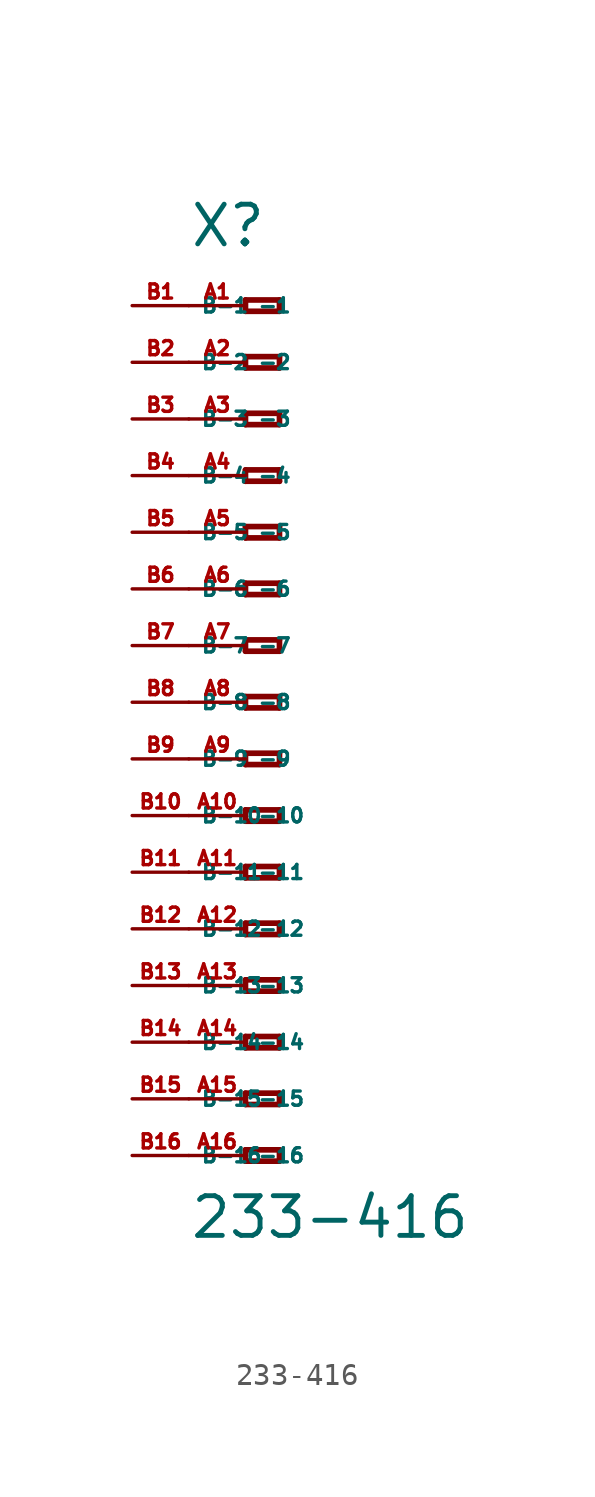
<source format=kicad_sym>
(kicad_symbol_lib
  (version 20220914)
  (generator Eagle2Kicad)
  (symbol "233-416"
    (property "Reference" "X"
      (at -5.08 20.32 0)
      (effects (font (size 1.778 1.778) (thickness 0.22)) (justify left bottom)))
    (property "Value" "233-416"
      (at -5.08 -24.13 0)
      (effects (font (size 1.778 1.778) (thickness 0.22)) (justify left bottom)))
    (polyline
      (pts (xy -2.54 18.034) (xy -2.54 17.526))
      (stroke (width 0.254) (type default))
      (fill (type none)))
    (polyline
      (pts (xy -2.54 17.526) (xy -1.016 17.526))
      (stroke (width 0.254) (type default))
      (fill (type none)))
    (polyline
      (pts (xy -1.016 17.526) (xy -1.016 18.034))
      (stroke (width 0.254) (type default))
      (fill (type none)))
    (polyline
      (pts (xy -1.016 18.034) (xy -2.54 18.034))
      (stroke (width 0.254) (type default))
      (fill (type none)))
    (polyline
      (pts (xy -2.54 15.494) (xy -2.54 14.986))
      (stroke (width 0.254) (type default))
      (fill (type none)))
    (polyline
      (pts (xy -2.54 14.986) (xy -1.016 14.986))
      (stroke (width 0.254) (type default))
      (fill (type none)))
    (polyline
      (pts (xy -1.016 14.986) (xy -1.016 15.494))
      (stroke (width 0.254) (type default))
      (fill (type none)))
    (polyline
      (pts (xy -1.016 15.494) (xy -2.54 15.494))
      (stroke (width 0.254) (type default))
      (fill (type none)))
    (polyline
      (pts (xy -2.54 12.954) (xy -2.54 12.446))
      (stroke (width 0.254) (type default))
      (fill (type none)))
    (polyline
      (pts (xy -2.54 12.446) (xy -1.016 12.446))
      (stroke (width 0.254) (type default))
      (fill (type none)))
    (polyline
      (pts (xy -1.016 12.446) (xy -1.016 12.954))
      (stroke (width 0.254) (type default))
      (fill (type none)))
    (polyline
      (pts (xy -1.016 12.954) (xy -2.54 12.954))
      (stroke (width 0.254) (type default))
      (fill (type none)))
    (polyline
      (pts (xy -2.54 10.414) (xy -2.54 9.906))
      (stroke (width 0.254) (type default))
      (fill (type none)))
    (polyline
      (pts (xy -2.54 9.906) (xy -1.016 9.906))
      (stroke (width 0.254) (type default))
      (fill (type none)))
    (polyline
      (pts (xy -1.016 9.906) (xy -1.016 10.414))
      (stroke (width 0.254) (type default))
      (fill (type none)))
    (polyline
      (pts (xy -1.016 10.414) (xy -2.54 10.414))
      (stroke (width 0.254) (type default))
      (fill (type none)))
    (polyline
      (pts (xy -2.54 7.874) (xy -2.54 7.366))
      (stroke (width 0.254) (type default))
      (fill (type none)))
    (polyline
      (pts (xy -2.54 7.366) (xy -1.016 7.366))
      (stroke (width 0.254) (type default))
      (fill (type none)))
    (polyline
      (pts (xy -1.016 7.366) (xy -1.016 7.874))
      (stroke (width 0.254) (type default))
      (fill (type none)))
    (polyline
      (pts (xy -1.016 7.874) (xy -2.54 7.874))
      (stroke (width 0.254) (type default))
      (fill (type none)))
    (polyline
      (pts (xy -2.54 5.334) (xy -2.54 4.826))
      (stroke (width 0.254) (type default))
      (fill (type none)))
    (polyline
      (pts (xy -2.54 4.826) (xy -1.016 4.826))
      (stroke (width 0.254) (type default))
      (fill (type none)))
    (polyline
      (pts (xy -1.016 4.826) (xy -1.016 5.334))
      (stroke (width 0.254) (type default))
      (fill (type none)))
    (polyline
      (pts (xy -1.016 5.334) (xy -2.54 5.334))
      (stroke (width 0.254) (type default))
      (fill (type none)))
    (polyline
      (pts (xy -2.54 2.794) (xy -2.54 2.286))
      (stroke (width 0.254) (type default))
      (fill (type none)))
    (polyline
      (pts (xy -2.54 2.286) (xy -1.016 2.286))
      (stroke (width 0.254) (type default))
      (fill (type none)))
    (polyline
      (pts (xy -1.016 2.286) (xy -1.016 2.794))
      (stroke (width 0.254) (type default))
      (fill (type none)))
    (polyline
      (pts (xy -1.016 2.794) (xy -2.54 2.794))
      (stroke (width 0.254) (type default))
      (fill (type none)))
    (polyline
      (pts (xy -2.54 0.254) (xy -2.54 -0.254))
      (stroke (width 0.254) (type default))
      (fill (type none)))
    (polyline
      (pts (xy -2.54 -0.254) (xy -1.016 -0.254))
      (stroke (width 0.254) (type default))
      (fill (type none)))
    (polyline
      (pts (xy -1.016 -0.254) (xy -1.016 0.254))
      (stroke (width 0.254) (type default))
      (fill (type none)))
    (polyline
      (pts (xy -1.016 0.254) (xy -2.54 0.254))
      (stroke (width 0.254) (type default))
      (fill (type none)))
    (polyline
      (pts (xy -2.54 -2.286) (xy -2.54 -2.794))
      (stroke (width 0.254) (type default))
      (fill (type none)))
    (polyline
      (pts (xy -2.54 -2.794) (xy -1.016 -2.794))
      (stroke (width 0.254) (type default))
      (fill (type none)))
    (polyline
      (pts (xy -1.016 -2.794) (xy -1.016 -2.286))
      (stroke (width 0.254) (type default))
      (fill (type none)))
    (polyline
      (pts (xy -1.016 -2.286) (xy -2.54 -2.286))
      (stroke (width 0.254) (type default))
      (fill (type none)))
    (polyline
      (pts (xy -2.54 -4.826) (xy -2.54 -5.334))
      (stroke (width 0.254) (type default))
      (fill (type none)))
    (polyline
      (pts (xy -2.54 -5.334) (xy -1.016 -5.334))
      (stroke (width 0.254) (type default))
      (fill (type none)))
    (polyline
      (pts (xy -1.016 -5.334) (xy -1.016 -4.826))
      (stroke (width 0.254) (type default))
      (fill (type none)))
    (polyline
      (pts (xy -1.016 -4.826) (xy -2.54 -4.826))
      (stroke (width 0.254) (type default))
      (fill (type none)))
    (polyline
      (pts (xy -2.54 -7.366) (xy -2.54 -7.874))
      (stroke (width 0.254) (type default))
      (fill (type none)))
    (polyline
      (pts (xy -2.54 -7.874) (xy -1.016 -7.874))
      (stroke (width 0.254) (type default))
      (fill (type none)))
    (polyline
      (pts (xy -1.016 -7.874) (xy -1.016 -7.366))
      (stroke (width 0.254) (type default))
      (fill (type none)))
    (polyline
      (pts (xy -1.016 -7.366) (xy -2.54 -7.366))
      (stroke (width 0.254) (type default))
      (fill (type none)))
    (polyline
      (pts (xy -2.54 -9.906) (xy -2.54 -10.414))
      (stroke (width 0.254) (type default))
      (fill (type none)))
    (polyline
      (pts (xy -2.54 -10.414) (xy -1.016 -10.414))
      (stroke (width 0.254) (type default))
      (fill (type none)))
    (polyline
      (pts (xy -1.016 -10.414) (xy -1.016 -9.906))
      (stroke (width 0.254) (type default))
      (fill (type none)))
    (polyline
      (pts (xy -1.016 -9.906) (xy -2.54 -9.906))
      (stroke (width 0.254) (type default))
      (fill (type none)))
    (polyline
      (pts (xy -2.54 -12.446) (xy -2.54 -12.954))
      (stroke (width 0.254) (type default))
      (fill (type none)))
    (polyline
      (pts (xy -2.54 -12.954) (xy -1.016 -12.954))
      (stroke (width 0.254) (type default))
      (fill (type none)))
    (polyline
      (pts (xy -1.016 -12.954) (xy -1.016 -12.446))
      (stroke (width 0.254) (type default))
      (fill (type none)))
    (polyline
      (pts (xy -1.016 -12.446) (xy -2.54 -12.446))
      (stroke (width 0.254) (type default))
      (fill (type none)))
    (polyline
      (pts (xy -2.54 -14.986) (xy -2.54 -15.494))
      (stroke (width 0.254) (type default))
      (fill (type none)))
    (polyline
      (pts (xy -2.54 -15.494) (xy -1.016 -15.494))
      (stroke (width 0.254) (type default))
      (fill (type none)))
    (polyline
      (pts (xy -1.016 -15.494) (xy -1.016 -14.986))
      (stroke (width 0.254) (type default))
      (fill (type none)))
    (polyline
      (pts (xy -1.016 -14.986) (xy -2.54 -14.986))
      (stroke (width 0.254) (type default))
      (fill (type none)))
    (polyline
      (pts (xy -2.54 -17.526) (xy -2.54 -18.034))
      (stroke (width 0.254) (type default))
      (fill (type none)))
    (polyline
      (pts (xy -2.54 -18.034) (xy -1.016 -18.034))
      (stroke (width 0.254) (type default))
      (fill (type none)))
    (polyline
      (pts (xy -1.016 -18.034) (xy -1.016 -17.526))
      (stroke (width 0.254) (type default))
      (fill (type none)))
    (polyline
      (pts (xy -1.016 -17.526) (xy -2.54 -17.526))
      (stroke (width 0.254) (type default))
      (fill (type none)))
    (polyline
      (pts (xy -2.54 -20.066) (xy -2.54 -20.574))
      (stroke (width 0.254) (type default))
      (fill (type none)))
    (polyline
      (pts (xy -2.54 -20.574) (xy -1.016 -20.574))
      (stroke (width 0.254) (type default))
      (fill (type none)))
    (polyline
      (pts (xy -1.016 -20.574) (xy -1.016 -20.066))
      (stroke (width 0.254) (type default))
      (fill (type none)))
    (polyline
      (pts (xy -1.016 -20.066) (xy -2.54 -20.066))
      (stroke (width 0.254) (type default))
      (fill (type none)))
    (pin passive line
      (at -5.08 17.78 0)
      (length 2.54)
      (name "-1" (effects (font (size 0.635 0.635) (thickness 0.08)) (justify left bottom)))
      (number "A1" (effects (font (size 0.635 0.635) (thickness 0.08)) (justify left bottom))))
    (pin passive line
      (at -5.08 15.24 0)
      (length 2.54)
      (name "-2" (effects (font (size 0.635 0.635) (thickness 0.08)) (justify left bottom)))
      (number "A2" (effects (font (size 0.635 0.635) (thickness 0.08)) (justify left bottom))))
    (pin passive line
      (at -5.08 12.7 0)
      (length 2.54)
      (name "-3" (effects (font (size 0.635 0.635) (thickness 0.08)) (justify left bottom)))
      (number "A3" (effects (font (size 0.635 0.635) (thickness 0.08)) (justify left bottom))))
    (pin passive line
      (at -5.08 10.16 0)
      (length 2.54)
      (name "-4" (effects (font (size 0.635 0.635) (thickness 0.08)) (justify left bottom)))
      (number "A4" (effects (font (size 0.635 0.635) (thickness 0.08)) (justify left bottom))))
    (pin passive line
      (at -5.08 7.62 0)
      (length 2.54)
      (name "-5" (effects (font (size 0.635 0.635) (thickness 0.08)) (justify left bottom)))
      (number "A5" (effects (font (size 0.635 0.635) (thickness 0.08)) (justify left bottom))))
    (pin passive line
      (at -5.08 5.08 0)
      (length 2.54)
      (name "-6" (effects (font (size 0.635 0.635) (thickness 0.08)) (justify left bottom)))
      (number "A6" (effects (font (size 0.635 0.635) (thickness 0.08)) (justify left bottom))))
    (pin passive line
      (at -5.08 2.54 0)
      (length 2.54)
      (name "-7" (effects (font (size 0.635 0.635) (thickness 0.08)) (justify left bottom)))
      (number "A7" (effects (font (size 0.635 0.635) (thickness 0.08)) (justify left bottom))))
    (pin passive line
      (at -5.08 0 0)
      (length 2.54)
      (name "-8" (effects (font (size 0.635 0.635) (thickness 0.08)) (justify left bottom)))
      (number "A8" (effects (font (size 0.635 0.635) (thickness 0.08)) (justify left bottom))))
    (pin passive line
      (at -5.08 -2.54 0)
      (length 2.54)
      (name "-9" (effects (font (size 0.635 0.635) (thickness 0.08)) (justify left bottom)))
      (number "A9" (effects (font (size 0.635 0.635) (thickness 0.08)) (justify left bottom))))
    (pin passive line
      (at -5.08 -5.08 0)
      (length 2.54)
      (name "-10" (effects (font (size 0.635 0.635) (thickness 0.08)) (justify left bottom)))
      (number "A10" (effects (font (size 0.635 0.635) (thickness 0.08)) (justify left bottom))))
    (pin passive line
      (at -5.08 -7.62 0)
      (length 2.54)
      (name "-11" (effects (font (size 0.635 0.635) (thickness 0.08)) (justify left bottom)))
      (number "A11" (effects (font (size 0.635 0.635) (thickness 0.08)) (justify left bottom))))
    (pin passive line
      (at -5.08 -10.16 0)
      (length 2.54)
      (name "-12" (effects (font (size 0.635 0.635) (thickness 0.08)) (justify left bottom)))
      (number "A12" (effects (font (size 0.635 0.635) (thickness 0.08)) (justify left bottom))))
    (pin passive line
      (at -5.08 -12.7 0)
      (length 2.54)
      (name "-13" (effects (font (size 0.635 0.635) (thickness 0.08)) (justify left bottom)))
      (number "A13" (effects (font (size 0.635 0.635) (thickness 0.08)) (justify left bottom))))
    (pin passive line
      (at -5.08 -15.24 0)
      (length 2.54)
      (name "-14" (effects (font (size 0.635 0.635) (thickness 0.08)) (justify left bottom)))
      (number "A14" (effects (font (size 0.635 0.635) (thickness 0.08)) (justify left bottom))))
    (pin passive line
      (at -5.08 -17.78 0)
      (length 2.54)
      (name "-15" (effects (font (size 0.635 0.635) (thickness 0.08)) (justify left bottom)))
      (number "A15" (effects (font (size 0.635 0.635) (thickness 0.08)) (justify left bottom))))
    (pin passive line
      (at -5.08 -20.32 0)
      (length 2.54)
      (name "-16" (effects (font (size 0.635 0.635) (thickness 0.08)) (justify left bottom)))
      (number "A16" (effects (font (size 0.635 0.635) (thickness 0.08)) (justify left bottom))))
    (pin passive line
      (at -7.62 -20.32 0)
      (length 2.54)
      (name "B-16" (effects (font (size 0.635 0.635) (thickness 0.08)) (justify left bottom)))
      (number "B16" (effects (font (size 0.635 0.635) (thickness 0.08)) (justify left bottom))))
    (pin passive line
      (at -7.62 17.78 0)
      (length 2.54)
      (name "B-1" (effects (font (size 0.635 0.635) (thickness 0.08)) (justify left bottom)))
      (number "B1" (effects (font (size 0.635 0.635) (thickness 0.08)) (justify left bottom))))
    (pin passive line
      (at -7.62 15.24 0)
      (length 2.54)
      (name "B-2" (effects (font (size 0.635 0.635) (thickness 0.08)) (justify left bottom)))
      (number "B2" (effects (font (size 0.635 0.635) (thickness 0.08)) (justify left bottom))))
    (pin passive line
      (at -7.62 12.7 0)
      (length 2.54)
      (name "B-3" (effects (font (size 0.635 0.635) (thickness 0.08)) (justify left bottom)))
      (number "B3" (effects (font (size 0.635 0.635) (thickness 0.08)) (justify left bottom))))
    (pin passive line
      (at -7.62 10.16 0)
      (length 2.54)
      (name "B-4" (effects (font (size 0.635 0.635) (thickness 0.08)) (justify left bottom)))
      (number "B4" (effects (font (size 0.635 0.635) (thickness 0.08)) (justify left bottom))))
    (pin passive line
      (at -7.62 7.62 0)
      (length 2.54)
      (name "B-5" (effects (font (size 0.635 0.635) (thickness 0.08)) (justify left bottom)))
      (number "B5" (effects (font (size 0.635 0.635) (thickness 0.08)) (justify left bottom))))
    (pin passive line
      (at -7.62 5.08 0)
      (length 2.54)
      (name "B-6" (effects (font (size 0.635 0.635) (thickness 0.08)) (justify left bottom)))
      (number "B6" (effects (font (size 0.635 0.635) (thickness 0.08)) (justify left bottom))))
    (pin passive line
      (at -7.62 2.54 0)
      (length 2.54)
      (name "B-7" (effects (font (size 0.635 0.635) (thickness 0.08)) (justify left bottom)))
      (number "B7" (effects (font (size 0.635 0.635) (thickness 0.08)) (justify left bottom))))
    (pin passive line
      (at -7.62 0 0)
      (length 2.54)
      (name "B-8" (effects (font (size 0.635 0.635) (thickness 0.08)) (justify left bottom)))
      (number "B8" (effects (font (size 0.635 0.635) (thickness 0.08)) (justify left bottom))))
    (pin passive line
      (at -7.62 -2.54 0)
      (length 2.54)
      (name "B-9" (effects (font (size 0.635 0.635) (thickness 0.08)) (justify left bottom)))
      (number "B9" (effects (font (size 0.635 0.635) (thickness 0.08)) (justify left bottom))))
    (pin passive line
      (at -7.62 -5.08 0)
      (length 2.54)
      (name "B-10" (effects (font (size 0.635 0.635) (thickness 0.08)) (justify left bottom)))
      (number "B10" (effects (font (size 0.635 0.635) (thickness 0.08)) (justify left bottom))))
    (pin passive line
      (at -7.62 -7.62 0)
      (length 2.54)
      (name "B-11" (effects (font (size 0.635 0.635) (thickness 0.08)) (justify left bottom)))
      (number "B11" (effects (font (size 0.635 0.635) (thickness 0.08)) (justify left bottom))))
    (pin passive line
      (at -7.62 -10.16 0)
      (length 2.54)
      (name "B-12" (effects (font (size 0.635 0.635) (thickness 0.08)) (justify left bottom)))
      (number "B12" (effects (font (size 0.635 0.635) (thickness 0.08)) (justify left bottom))))
    (pin passive line
      (at -7.62 -12.7 0)
      (length 2.54)
      (name "B-13" (effects (font (size 0.635 0.635) (thickness 0.08)) (justify left bottom)))
      (number "B13" (effects (font (size 0.635 0.635) (thickness 0.08)) (justify left bottom))))
    (pin passive line
      (at -7.62 -15.24 0)
      (length 2.54)
      (name "B-14" (effects (font (size 0.635 0.635) (thickness 0.08)) (justify left bottom)))
      (number "B14" (effects (font (size 0.635 0.635) (thickness 0.08)) (justify left bottom))))
    (pin passive line
      (at -7.62 -17.78 0)
      (length 2.54)
      (name "B-15" (effects (font (size 0.635 0.635) (thickness 0.08)) (justify left bottom)))
      (number "B15" (effects (font (size 0.635 0.635) (thickness 0.08)) (justify left bottom))))))
</source>
